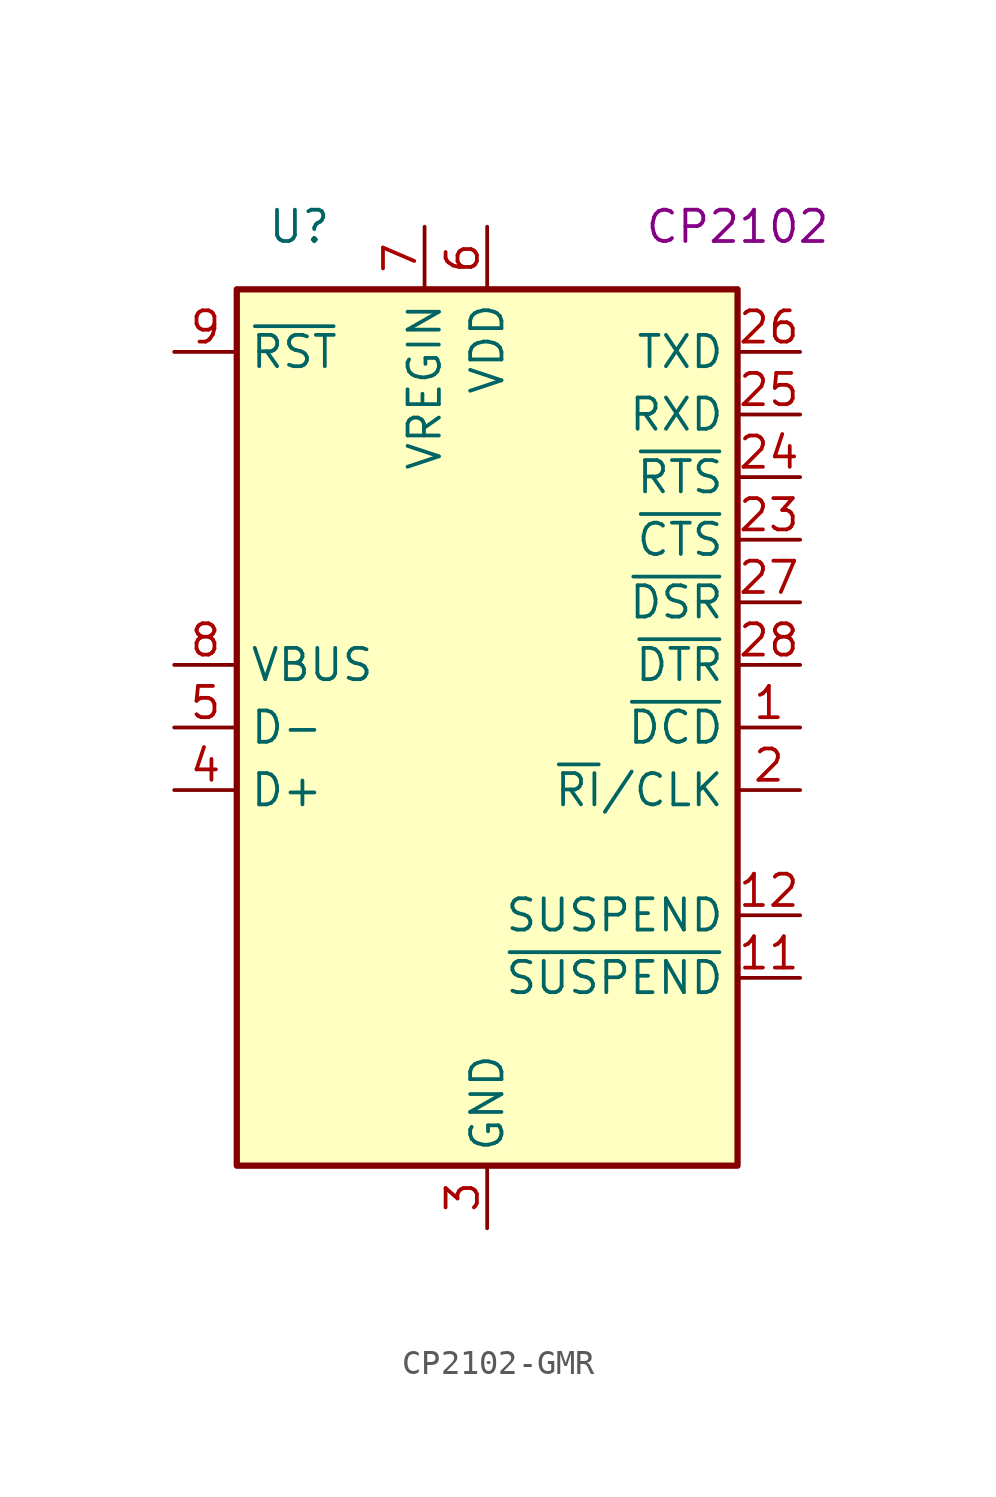
<source format=kicad_sym>
(kicad_symbol_lib
  (version 20220914)
  (generator kicad_symbol_editor)
  (symbol "CP2102-GMR"
    (property "Reference" "U"
      (at -7.62 20.32 0)
      (effects (font (size 1.27 1.27))))
    (property "UserValue" "CP2102"
      (at 10.16 20.32 0)
      (effects (font (size 1.27 1.27))))
    (symbol "CP2102-GMR_0_1"
      (rectangle (start -10.16 17.78) (end 10.16 -17.78) (stroke (width 0.254) (type default)) (fill (type background))))
    (symbol "CP2102-GMR_1_1"
      (pin input line (at 12.7 0 180) (length 2.54) (name "~{DCD}" (effects (font (size 1.27 1.27)))) (number "1" (effects (font (size 1.27 1.27)))))
      (pin no_connect line (at -10.16 -12.7 0) (length 2.54) hide (name "NC" (effects (font (size 1.27 1.27)))) (number "10" (effects (font (size 1.27 1.27)))))
      (pin output line (at 12.7 -10.16 180) (length 2.54) (name "~{SUSPEND}" (effects (font (size 1.27 1.27)))) (number "11" (effects (font (size 1.27 1.27)))))
      (pin output line (at 12.7 -7.62 180) (length 2.54) (name "SUSPEND" (effects (font (size 1.27 1.27)))) (number "12" (effects (font (size 1.27 1.27)))))
      (pin no_connect line (at -10.16 -10.16 0) (length 2.54) hide (name "NC" (effects (font (size 1.27 1.27)))) (number "13" (effects (font (size 1.27 1.27)))))
      (pin no_connect line (at -10.16 -7.62 0) (length 2.54) hide (name "NC" (effects (font (size 1.27 1.27)))) (number "14" (effects (font (size 1.27 1.27)))))
      (pin no_connect line (at -7.62 -13.97 0) (length 2.54) hide (name "NC" (effects (font (size 1.27 1.27)))) (number "15" (effects (font (size 1.27 1.27)))))
      (pin no_connect line (at -7.62 -16.51 0) (length 2.54) hide (name "NC" (effects (font (size 1.27 1.27)))) (number "16" (effects (font (size 1.27 1.27)))))
      (pin no_connect line (at -7.62 -11.43 0) (length 2.54) hide (name "NC" (effects (font (size 1.27 1.27)))) (number "17" (effects (font (size 1.27 1.27)))))
      (pin no_connect line (at -7.62 -8.89 0) (length 2.54) hide (name "NC" (effects (font (size 1.27 1.27)))) (number "18" (effects (font (size 1.27 1.27)))))
      (pin no_connect line (at -7.62 -6.35 0) (length 2.54) hide (name "NC" (effects (font (size 1.27 1.27)))) (number "19" (effects (font (size 1.27 1.27)))))
      (pin bidirectional line (at 12.7 -2.54 180) (length 2.54) (name "~{RI}/CLK" (effects (font (size 1.27 1.27)))) (number "2" (effects (font (size 1.27 1.27)))))
      (pin no_connect line (at -10.16 -5.08 0) (length 2.54) hide (name "NC" (effects (font (size 1.27 1.27)))) (number "20" (effects (font (size 1.27 1.27)))))
      (pin no_connect line (at 10.16 -15.24 180) (length 2.54) hide (name "NC" (effects (font (size 1.27 1.27)))) (number "21" (effects (font (size 1.27 1.27)))))
      (pin no_connect line (at -10.16 -15.24 0) (length 2.54) hide (name "NC" (effects (font (size 1.27 1.27)))) (number "22" (effects (font (size 1.27 1.27)))))
      (pin input line (at 12.7 7.62 180) (length 2.54) (name "~{CTS}" (effects (font (size 1.27 1.27)))) (number "23" (effects (font (size 1.27 1.27)))))
      (pin output line (at 12.7 10.16 180) (length 2.54) (name "~{RTS}" (effects (font (size 1.27 1.27)))) (number "24" (effects (font (size 1.27 1.27)))))
      (pin input line (at 12.7 12.7 180) (length 2.54) (name "RXD" (effects (font (size 1.27 1.27)))) (number "25" (effects (font (size 1.27 1.27)))))
      (pin output line (at 12.7 15.24 180) (length 2.54) (name "TXD" (effects (font (size 1.27 1.27)))) (number "26" (effects (font (size 1.27 1.27)))))
      (pin input line (at 12.7 5.08 180) (length 2.54) (name "~{DSR}" (effects (font (size 1.27 1.27)))) (number "27" (effects (font (size 1.27 1.27)))))
      (pin output line (at 12.7 2.54 180) (length 2.54) (name "~{DTR}" (effects (font (size 1.27 1.27)))) (number "28" (effects (font (size 1.27 1.27)))))
      (pin passive line (at 0 -20.32 90) (length 2.54) hide (name "GND" (effects (font (size 1.27 1.27)))) (number "29" (effects (font (size 1.27 1.27)))))
      (pin power_in line (at 0 -20.32 90) (length 2.54) (name "GND" (effects (font (size 1.27 1.27)))) (number "3" (effects (font (size 1.27 1.27)))))
      (pin bidirectional line (at -12.7 -2.54 0) (length 2.54) (name "D+" (effects (font (size 1.27 1.27)))) (number "4" (effects (font (size 1.27 1.27)))))
      (pin bidirectional line (at -12.7 0 0) (length 2.54) (name "D-" (effects (font (size 1.27 1.27)))) (number "5" (effects (font (size 1.27 1.27)))))
      (pin power_in line (at 0 20.32 270) (length 2.54) (name "VDD" (effects (font (size 1.27 1.27)))) (number "6" (effects (font (size 1.27 1.27)))))
      (pin power_in line (at -2.54 20.32 270) (length 2.54) (name "VREGIN" (effects (font (size 1.27 1.27)))) (number "7" (effects (font (size 1.27 1.27)))))
      (pin input line (at -12.7 2.54 0) (length 2.54) (name "VBUS" (effects (font (size 1.27 1.27)))) (number "8" (effects (font (size 1.27 1.27)))))
      (pin input line (at -12.7 15.24 0) (length 2.54) (name "~{RST}" (effects (font (size 1.27 1.27)))) (number "9" (effects (font (size 1.27 1.27))))))))
</source>
